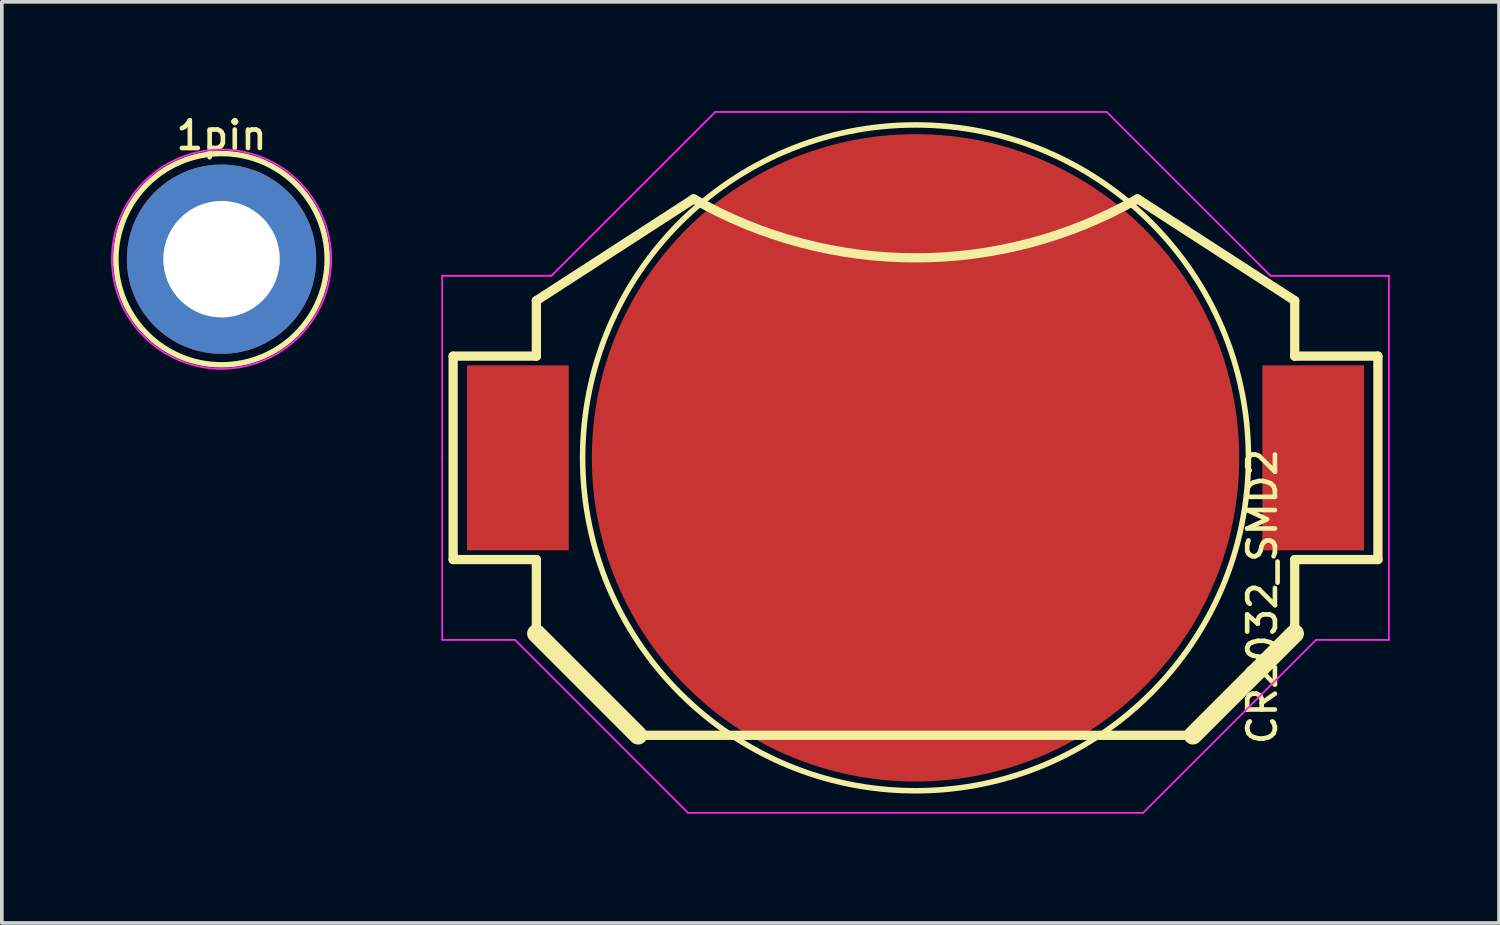
<source format=kicad_pcb>
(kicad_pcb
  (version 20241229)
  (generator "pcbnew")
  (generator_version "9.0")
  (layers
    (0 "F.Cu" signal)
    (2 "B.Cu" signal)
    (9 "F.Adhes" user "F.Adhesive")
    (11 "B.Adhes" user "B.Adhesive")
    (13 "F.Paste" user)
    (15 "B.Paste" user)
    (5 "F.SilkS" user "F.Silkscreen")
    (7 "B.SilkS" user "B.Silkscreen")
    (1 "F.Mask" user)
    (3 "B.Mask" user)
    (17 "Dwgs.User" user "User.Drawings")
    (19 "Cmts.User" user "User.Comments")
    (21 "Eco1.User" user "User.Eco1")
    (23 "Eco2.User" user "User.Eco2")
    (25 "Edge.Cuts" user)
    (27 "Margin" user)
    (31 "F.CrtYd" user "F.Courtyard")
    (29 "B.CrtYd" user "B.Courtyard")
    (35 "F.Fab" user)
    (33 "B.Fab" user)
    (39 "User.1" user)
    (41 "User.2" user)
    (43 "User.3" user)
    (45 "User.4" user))
  (footprint "CR2032_SMD2"
    (layer "F.Cu")
    (at 22.096 9.525)
    (property "Reference" "CR2032_SMD2" (at 9.525 3.81 270) (layer "F.SilkS") (effects (font (size 0.762 0.762) (thickness 0.127))))
    (attr smd)
    (fp_line (start -12.7 -2.794) (end -10.414 -2.794) (stroke (width 0.254) (type solid)) (layer "F.SilkS"))
    (fp_line (start -12.7 2.794) (end -12.7 -2.794) (stroke (width 0.254) (type solid)) (layer "F.SilkS"))
    (fp_line (start -10.414 -4.318) (end -6.096 -7.112) (stroke (width 0.254) (type solid)) (layer "F.SilkS"))
    (fp_line (start -10.414 -2.794) (end -10.414 -4.318) (stroke (width 0.254) (type solid)) (layer "F.SilkS"))
    (fp_line (start -10.414 2.794) (end -12.7 2.794) (stroke (width 0.254) (type solid)) (layer "F.SilkS"))
    (fp_line (start -10.414 4.826) (end -10.414 2.794) (stroke (width 0.254) (type solid)) (layer "F.SilkS"))
    (fp_line (start -7.62 7.62) (end -10.414 4.826) (stroke (width 0.508) (type solid)) (layer "F.SilkS"))
    (fp_line (start 7.62 7.62) (end -7.62 7.62) (stroke (width 0.254) (type solid)) (layer "F.SilkS"))
    (fp_line (start 7.62 7.62) (end 10.414 4.826) (stroke (width 0.508) (type solid)) (layer "F.SilkS"))
    (fp_line (start 10.414 -4.318) (end 6.096 -7.112) (stroke (width 0.254) (type solid)) (layer "F.SilkS"))
    (fp_line (start 10.414 -2.794) (end 10.414 -4.318) (stroke (width 0.254) (type solid)) (layer "F.SilkS"))
    (fp_line (start 10.414 2.794) (end 10.414 4.826) (stroke (width 0.254) (type solid)) (layer "F.SilkS"))
    (fp_line (start 10.414 2.794) (end 12.7 2.794) (stroke (width 0.254) (type solid)) (layer "F.SilkS"))
    (fp_line (start 12.7 -2.794) (end 10.414 -2.794) (stroke (width 0.254) (type solid)) (layer "F.SilkS"))
    (fp_line (start 12.7 2.794) (end 12.7 -2.794) (stroke (width 0.254) (type solid)) (layer "F.SilkS"))
    (fp_arc (start 6.096 -7.112) (mid 0 -5.493119) (end -6.096 -7.112) (stroke (width 0.254) (type solid)) (layer "F.SilkS"))
    (fp_circle (center 0 0) (end 0 -9.144) (stroke (width 0.152) (type solid)) (fill no) (layer "F.SilkS"))
    (fp_line (start -13 -5) (end -10 -5) (stroke (width 0.05) (type solid)) (layer "F.CrtYd"))
    (fp_line (start -13 0) (end -13 -5) (stroke (width 0.05) (type solid)) (layer "F.CrtYd"))
    (fp_line (start -13 5) (end -13 0) (stroke (width 0.05) (type solid)) (layer "F.CrtYd"))
    (fp_line (start -11 5) (end -13 5) (stroke (width 0.05) (type solid)) (layer "F.CrtYd"))
    (fp_line (start -10 -5) (end -5.5 -9.5) (stroke (width 0.05) (type solid)) (layer "F.CrtYd"))
    (fp_line (start -6.25 9.75) (end -11 5) (stroke (width 0.05) (type solid)) (layer "F.CrtYd"))
    (fp_line (start -5.5 -9.5) (end 5.25 -9.5) (stroke (width 0.05) (type solid)) (layer "F.CrtYd"))
    (fp_line (start 5.25 -9.5) (end 9.75 -5) (stroke (width 0.05) (type solid)) (layer "F.CrtYd"))
    (fp_line (start 6.25 9.75) (end -6.25 9.75) (stroke (width 0.05) (type solid)) (layer "F.CrtYd"))
    (fp_line (start 9.75 -5) (end 13 -5) (stroke (width 0.05) (type solid)) (layer "F.CrtYd"))
    (fp_line (start 11 5) (end 6.25 9.75) (stroke (width 0.05) (type solid)) (layer "F.CrtYd"))
    (fp_line (start 13 -5) (end 13 5) (stroke (width 0.05) (type solid)) (layer "F.CrtYd"))
    (fp_line (start 13 5) (end 11 5) (stroke (width 0.05) (type solid)) (layer "F.CrtYd"))
    (pad "1" smd rect (at -10.922 0) (size 2.794 5.08) (layers "F.Cu" "F.Mask" "F.Paste"))
    (pad "1" smd rect (at 10.922 0) (size 2.794 5.08) (layers "F.Cu" "F.Mask" "F.Paste"))
    (pad "2" smd circle (at 0 0) (size 17.78 17.78) (layers "F.Cu" "F.Mask")))
  (footprint "1pin"
    (layer "F.Cu")
    (at 3.035 4.069)
    (property "Reference" "1pin" (at 0 -3.4 0) (layer "F.SilkS") (effects (font (size 0.762 0.762) (thickness 0.127))))
    (attr through_hole)
    (fp_circle (center 0 0) (end 2.9 0.1) (stroke (width 0.15) (type solid)) (fill no) (layer "F.SilkS"))
    (fp_circle (center 0 0) (end -3 -0.25) (stroke (width 0.05) (type solid)) (fill no) (layer "F.CrtYd"))
    (pad "1" thru_hole circle (at 0 0) (size 5.2 5.2) (drill 3.2) (layers "*.Cu" "*.Mask")))
  (gr_rect
    (start -3 -3)
    (end 38.121 22.3)
    (stroke (width 0.1) (type default))
    (fill no)
    (layer "Edge.Cuts")))
</source>
